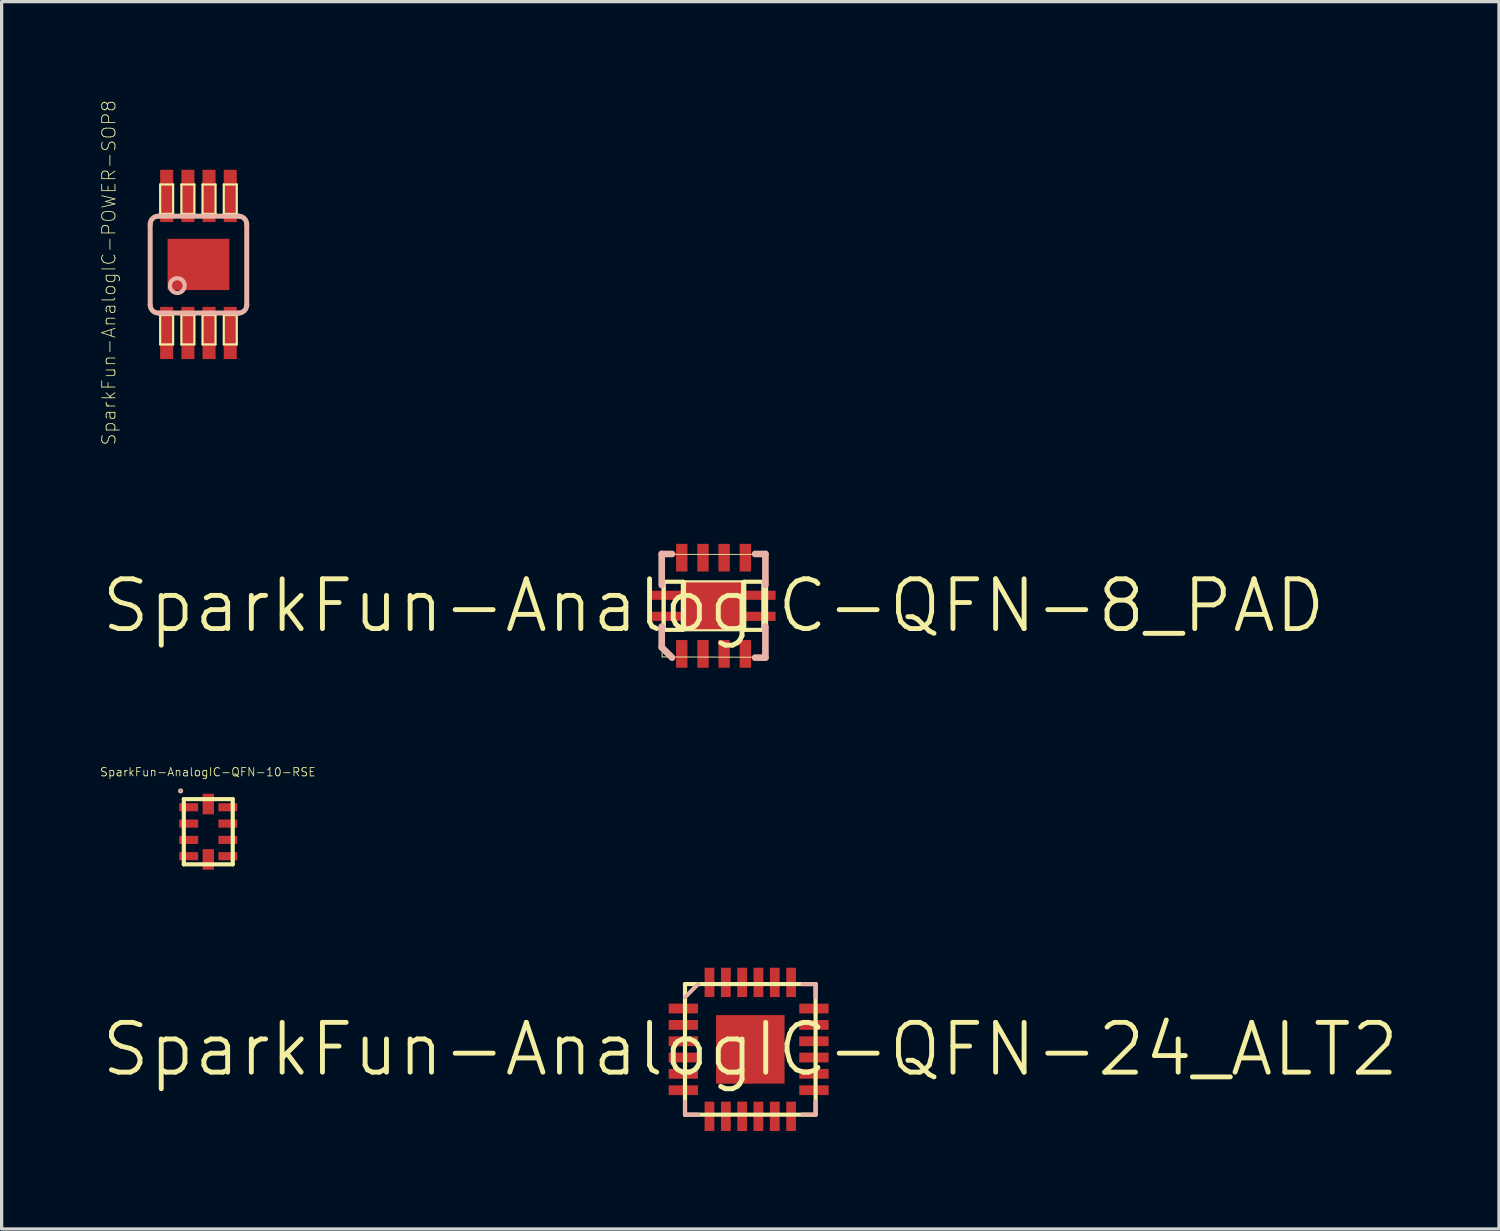
<source format=kicad_pcb>
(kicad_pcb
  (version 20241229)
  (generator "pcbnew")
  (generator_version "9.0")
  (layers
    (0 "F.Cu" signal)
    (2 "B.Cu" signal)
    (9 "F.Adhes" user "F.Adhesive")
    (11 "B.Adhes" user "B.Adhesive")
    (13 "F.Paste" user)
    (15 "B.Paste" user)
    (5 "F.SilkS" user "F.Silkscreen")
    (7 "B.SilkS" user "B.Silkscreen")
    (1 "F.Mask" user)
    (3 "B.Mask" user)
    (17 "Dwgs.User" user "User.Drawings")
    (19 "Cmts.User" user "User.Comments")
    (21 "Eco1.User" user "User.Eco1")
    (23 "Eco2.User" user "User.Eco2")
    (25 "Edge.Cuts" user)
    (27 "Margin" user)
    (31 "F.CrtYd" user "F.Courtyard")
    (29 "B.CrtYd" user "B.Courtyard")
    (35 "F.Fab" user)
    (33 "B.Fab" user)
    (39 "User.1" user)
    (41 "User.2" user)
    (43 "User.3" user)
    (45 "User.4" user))
  (footprint "SparkFun-AnalogIC-POWER-SOP8"
    (layer "F.Cu")
    (at 3.026 5.046)
    (property "Reference" "SparkFun-AnalogIC-POWER-SOP8" (at -2.743 0.254 90) (layer "F.SilkS") (effects (font (size 0.406 0.406) (thickness 0.025))))
    (attr smd)
    (fp_line (start -1.173 -2.449) (end -0.775 -2.449) (stroke (width 0.066) (type solid)) (layer "F.SilkS"))
    (fp_line (start -1.173 -1.549) (end -1.173 -2.449) (stroke (width 0.066) (type solid)) (layer "F.SilkS"))
    (fp_line (start -1.173 -1.549) (end -0.775 -1.549) (stroke (width 0.066) (type solid)) (layer "F.SilkS"))
    (fp_line (start -1.173 1.549) (end -0.775 1.549) (stroke (width 0.066) (type solid)) (layer "F.SilkS"))
    (fp_line (start -1.173 2.449) (end -1.173 1.549) (stroke (width 0.066) (type solid)) (layer "F.SilkS"))
    (fp_line (start -1.173 2.449) (end -0.775 2.449) (stroke (width 0.066) (type solid)) (layer "F.SilkS"))
    (fp_line (start -0.775 -1.549) (end -0.775 -2.449) (stroke (width 0.066) (type solid)) (layer "F.SilkS"))
    (fp_line (start -0.775 2.449) (end -0.775 1.549) (stroke (width 0.066) (type solid)) (layer "F.SilkS"))
    (fp_line (start -0.523 -2.449) (end -0.124 -2.449) (stroke (width 0.066) (type solid)) (layer "F.SilkS"))
    (fp_line (start -0.523 -1.549) (end -0.523 -2.449) (stroke (width 0.066) (type solid)) (layer "F.SilkS"))
    (fp_line (start -0.523 -1.549) (end -0.124 -1.549) (stroke (width 0.066) (type solid)) (layer "F.SilkS"))
    (fp_line (start -0.523 1.549) (end -0.124 1.549) (stroke (width 0.066) (type solid)) (layer "F.SilkS"))
    (fp_line (start -0.523 2.449) (end -0.523 1.549) (stroke (width 0.066) (type solid)) (layer "F.SilkS"))
    (fp_line (start -0.523 2.449) (end -0.124 2.449) (stroke (width 0.066) (type solid)) (layer "F.SilkS"))
    (fp_line (start -0.124 -1.549) (end -0.124 -2.449) (stroke (width 0.066) (type solid)) (layer "F.SilkS"))
    (fp_line (start -0.124 2.449) (end -0.124 1.549) (stroke (width 0.066) (type solid)) (layer "F.SilkS"))
    (fp_line (start 0.124 -2.449) (end 0.523 -2.449) (stroke (width 0.066) (type solid)) (layer "F.SilkS"))
    (fp_line (start 0.124 -1.549) (end 0.124 -2.449) (stroke (width 0.066) (type solid)) (layer "F.SilkS"))
    (fp_line (start 0.124 -1.549) (end 0.523 -1.549) (stroke (width 0.066) (type solid)) (layer "F.SilkS"))
    (fp_line (start 0.124 1.549) (end 0.523 1.549) (stroke (width 0.066) (type solid)) (layer "F.SilkS"))
    (fp_line (start 0.124 2.449) (end 0.124 1.549) (stroke (width 0.066) (type solid)) (layer "F.SilkS"))
    (fp_line (start 0.124 2.449) (end 0.523 2.449) (stroke (width 0.066) (type solid)) (layer "F.SilkS"))
    (fp_line (start 0.523 -1.549) (end 0.523 -2.449) (stroke (width 0.066) (type solid)) (layer "F.SilkS"))
    (fp_line (start 0.523 2.449) (end 0.523 1.549) (stroke (width 0.066) (type solid)) (layer "F.SilkS"))
    (fp_line (start 0.775 -2.449) (end 1.173 -2.449) (stroke (width 0.066) (type solid)) (layer "F.SilkS"))
    (fp_line (start 0.775 -1.549) (end 0.775 -2.449) (stroke (width 0.066) (type solid)) (layer "F.SilkS"))
    (fp_line (start 0.775 -1.549) (end 1.173 -1.549) (stroke (width 0.066) (type solid)) (layer "F.SilkS"))
    (fp_line (start 0.775 1.549) (end 1.173 1.549) (stroke (width 0.066) (type solid)) (layer "F.SilkS"))
    (fp_line (start 0.775 2.449) (end 0.775 1.549) (stroke (width 0.066) (type solid)) (layer "F.SilkS"))
    (fp_line (start 0.775 2.449) (end 1.173 2.449) (stroke (width 0.066) (type solid)) (layer "F.SilkS"))
    (fp_line (start 1.173 -1.549) (end 1.173 -2.449) (stroke (width 0.066) (type solid)) (layer "F.SilkS"))
    (fp_line (start 1.173 2.449) (end 1.173 1.549) (stroke (width 0.066) (type solid)) (layer "F.SilkS"))
    (fp_line (start -1.478 -1.229) (end -1.478 1.229) (stroke (width 0.152) (type solid)) (layer "B.SilkS"))
    (fp_line (start -1.219 -1.478) (end 1.24 -1.478) (stroke (width 0.152) (type solid)) (layer "B.SilkS"))
    (fp_line (start 1.24 1.488) (end -1.219 1.488) (stroke (width 0.152) (type solid)) (layer "B.SilkS"))
    (fp_line (start 1.478 1.24) (end 1.478 -1.229) (stroke (width 0.152) (type solid)) (layer "B.SilkS"))
    (fp_arc (start -1.47828 -1.22936) (mid -1.405373 -1.405373) (end -1.22936 -1.47828) (stroke (width 0.1524) (type solid)) (layer "B.SilkS"))
    (fp_arc (start -1.22936 1.48844) (mid -1.405373 1.415533) (end -1.47828 1.23952) (stroke (width 0.1524) (type solid)) (layer "B.SilkS"))
    (fp_arc (start 1.22936 -1.47828) (mid 1.405373 -1.405373) (end 1.47828 -1.22936) (stroke (width 0.1524) (type solid)) (layer "B.SilkS"))
    (fp_arc (start 1.47828 1.23952) (mid 1.405373 1.415533) (end 1.22936 1.48844) (stroke (width 0.1524) (type solid)) (layer "B.SilkS"))
    (fp_circle (center -0.648 0.648) (end -0.808 0.808) (stroke (width 0.127) (type solid)) (fill no) (layer "B.SilkS"))
    (pad "1" smd rect (at -0.973 2.098) (size 0.399 1.598) (layers "F.Cu" "F.Mask" "F.Paste"))
    (pad "2" smd rect (at -0.323 2.098) (size 0.399 1.598) (layers "F.Cu" "F.Mask" "F.Paste"))
    (pad "3" smd rect (at 0.323 2.098) (size 0.399 1.598) (layers "F.Cu" "F.Mask" "F.Paste"))
    (pad "4" smd rect (at 0.973 2.098) (size 0.399 1.598) (layers "F.Cu" "F.Mask" "F.Paste"))
    (pad "5" smd rect (at 0.973 -2.098) (size 0.399 1.598) (layers "F.Cu" "F.Mask" "F.Paste"))
    (pad "6" smd rect (at 0.323 -2.098) (size 0.399 1.598) (layers "F.Cu" "F.Mask" "F.Paste"))
    (pad "7" smd rect (at -0.323 -2.098) (size 0.399 1.598) (layers "F.Cu" "F.Mask" "F.Paste"))
    (pad "8" smd rect (at -0.973 -2.098) (size 0.399 1.598) (layers "F.Cu" "F.Mask" "F.Paste"))
    (pad "9" smd rect (at 0 0) (size 1.89 1.57) (layers "F.Cu" "F.Mask" "F.Paste")))
  (footprint "SparkFun-AnalogIC-QFN-8_PAD"
    (layer "F.Cu")
    (at 18.796 15.497)
    (property "Reference" "SparkFun-AnalogIC-QFN-8_PAD" (at 0 0 0) (layer "F.SilkS") (effects (font (size 1.524 1.524) (thickness 0.15))))
    (attr smd)
    (fp_line (start -1.575 -1.575) (end 1.575 -1.575) (stroke (width 0.028) (type solid)) (layer "F.SilkS"))
    (fp_line (start -1.575 1.565) (end -1.575 -1.575) (stroke (width 0.028) (type solid)) (layer "F.SilkS"))
    (fp_line (start -1.524 -0.737) (end -0.94 -0.737) (stroke (width 0.127) (type solid)) (layer "F.SilkS"))
    (fp_line (start -1.524 0.737) (end -1.524 -0.737) (stroke (width 0.127) (type solid)) (layer "F.SilkS"))
    (fp_line (start -0.94 -0.737) (end -0.94 0.737) (stroke (width 0.127) (type solid)) (layer "F.SilkS"))
    (fp_line (start -0.94 0.737) (end -1.524 0.737) (stroke (width 0.127) (type solid)) (layer "F.SilkS"))
    (fp_line (start -0.874 -0.749) (end 0.874 -0.749) (stroke (width 0.066) (type solid)) (layer "F.SilkS"))
    (fp_line (start -0.874 0.749) (end -0.874 -0.749) (stroke (width 0.066) (type solid)) (layer "F.SilkS"))
    (fp_line (start -0.874 0.749) (end 0.874 0.749) (stroke (width 0.066) (type solid)) (layer "F.SilkS"))
    (fp_line (start 0.874 0.749) (end 0.874 -0.749) (stroke (width 0.066) (type solid)) (layer "F.SilkS"))
    (fp_line (start 0.94 -0.737) (end 1.524 -0.737) (stroke (width 0.127) (type solid)) (layer "F.SilkS"))
    (fp_line (start 0.94 0.737) (end 0.94 -0.737) (stroke (width 0.127) (type solid)) (layer "F.SilkS"))
    (fp_line (start 1.524 -0.737) (end 1.524 0.737) (stroke (width 0.127) (type solid)) (layer "F.SilkS"))
    (fp_line (start 1.524 0.737) (end 0.94 0.737) (stroke (width 0.127) (type solid)) (layer "F.SilkS"))
    (fp_line (start 1.575 -1.575) (end 1.575 1.575) (stroke (width 0.028) (type solid)) (layer "F.SilkS"))
    (fp_line (start 1.575 1.575) (end -1.575 1.565) (stroke (width 0.028) (type solid)) (layer "F.SilkS"))
    (fp_line (start -1.587 -1.587) (end -1.587 -0.635) (stroke (width 0.203) (type solid)) (layer "B.SilkS"))
    (fp_line (start -1.587 1.27) (end -1.587 0.635) (stroke (width 0.203) (type solid)) (layer "B.SilkS"))
    (fp_line (start -1.27 -1.587) (end -1.587 -1.587) (stroke (width 0.203) (type solid)) (layer "B.SilkS"))
    (fp_line (start -1.27 1.587) (end -1.587 1.27) (stroke (width 0.203) (type solid)) (layer "B.SilkS"))
    (fp_line (start 1.27 -1.587) (end 1.587 -1.587) (stroke (width 0.203) (type solid)) (layer "B.SilkS"))
    (fp_line (start 1.587 -1.587) (end 1.587 -0.635) (stroke (width 0.203) (type solid)) (layer "B.SilkS"))
    (fp_line (start 1.587 0.635) (end 1.587 1.587) (stroke (width 0.203) (type solid)) (layer "B.SilkS"))
    (fp_line (start 1.587 1.587) (end 1.27 1.587) (stroke (width 0.203) (type solid)) (layer "B.SilkS"))
    (pad "1" smd rect (at -0.973 1.473 90) (size 0.848 0.348) (layers "F.Cu" "F.Mask" "F.Paste"))
    (pad "2" smd rect (at -0.323 1.473 90) (size 0.848 0.348) (layers "F.Cu" "F.Mask" "F.Paste"))
    (pad "3" smd rect (at 0.323 1.473 90) (size 0.848 0.348) (layers "F.Cu" "F.Mask" "F.Paste"))
    (pad "4" smd rect (at 0.973 1.473 90) (size 0.848 0.348) (layers "F.Cu" "F.Mask" "F.Paste"))
    (pad "5" smd rect (at 0.973 -1.473 90) (size 0.848 0.348) (layers "F.Cu" "F.Mask" "F.Paste"))
    (pad "6" smd rect (at 0.323 -1.473 90) (size 0.848 0.348) (layers "F.Cu" "F.Mask" "F.Paste"))
    (pad "7" smd rect (at -0.323 -1.473 90) (size 0.848 0.348) (layers "F.Cu" "F.Mask" "F.Paste"))
    (pad "8" smd rect (at -0.973 -1.473 270) (size 0.848 0.348) (layers "F.Cu" "F.Mask" "F.Paste"))
    (pad "9" smd rect (at 0 0 90) (size 1.499 1.748) (layers "F.Cu" "F.Mask" "F.Paste"))
    (pad "10" smd rect (at -1.387 0.323 180) (size 1.024 0.279) (layers "F.Cu" "F.Mask" "F.Paste"))
    (pad "11" smd rect (at 1.387 0.323 180) (size 1.024 0.279) (layers "F.Cu" "F.Mask" "F.Paste"))
    (pad "12" smd rect (at 1.387 -0.323 180) (size 1.024 0.279) (layers "F.Cu" "F.Mask" "F.Paste"))
    (pad "13" smd rect (at -1.387 -0.323 180) (size 1.024 0.279) (layers "F.Cu" "F.Mask" "F.Paste")))
  (footprint "SparkFun-AnalogIC-QFN-10-RSE"
    (layer "F.Cu")
    (at 3.327 22.414)
    (property "Reference" "SparkFun-AnalogIC-QFN-10-RSE" (at -0.013 -1.826 0) (layer "F.SilkS") (effects (font (size 0.254 0.254) (thickness 0.025))))
    (attr smd)
    (fp_line (start -0.749 -0.998) (end 0.749 -0.998) (stroke (width 0.127) (type solid)) (layer "F.SilkS"))
    (fp_line (start -0.749 0.998) (end -0.749 -0.998) (stroke (width 0.127) (type solid)) (layer "F.SilkS"))
    (fp_line (start 0.749 -0.998) (end 0.749 0.998) (stroke (width 0.127) (type solid)) (layer "F.SilkS"))
    (fp_line (start 0.749 0.998) (end -0.749 0.998) (stroke (width 0.127) (type solid)) (layer "F.SilkS"))
    (fp_circle (center -0.848 -1.25) (end -0.881 -1.283) (stroke (width 0.064) (type solid)) (fill no) (layer "B.SilkS"))
    (pad "1" smd rect (at -0.599 -0.749) (size 0.579 0.249) (layers "F.Cu" "F.Mask" "F.Paste"))
    (pad "2" smd rect (at -0.599 -0.249) (size 0.579 0.249) (layers "F.Cu" "F.Mask" "F.Paste"))
    (pad "3" smd rect (at -0.599 0.249) (size 0.579 0.249) (layers "F.Cu" "F.Mask" "F.Paste"))
    (pad "4" smd rect (at -0.599 0.749) (size 0.579 0.249) (layers "F.Cu" "F.Mask" "F.Paste"))
    (pad "5" smd rect (at 0 0.848 90) (size 0.63 0.348) (layers "F.Cu" "F.Mask" "F.Paste"))
    (pad "6" smd rect (at 0.599 0.749) (size 0.579 0.249) (layers "F.Cu" "F.Mask" "F.Paste"))
    (pad "7" smd rect (at 0.599 0.249) (size 0.579 0.249) (layers "F.Cu" "F.Mask" "F.Paste"))
    (pad "8" smd rect (at 0.599 -0.249) (size 0.579 0.249) (layers "F.Cu" "F.Mask" "F.Paste"))
    (pad "9" smd rect (at 0.599 -0.749) (size 0.579 0.249) (layers "F.Cu" "F.Mask" "F.Paste"))
    (pad "10" smd rect (at 0 -0.848 90) (size 0.63 0.348) (layers "F.Cu" "F.Mask" "F.Paste")))
  (footprint "SparkFun-AnalogIC-QFN-24_ALT2"
    (layer "F.Cu")
    (at 19.921 29.077)
    (property "Reference" "SparkFun-AnalogIC-QFN-24_ALT2" (at 0 0 0) (layer "F.SilkS") (effects (font (size 1.524 1.524) (thickness 0.15))))
    (attr smd)
    (fp_line (start -1.999 -1.999) (end 1.999 -1.999) (stroke (width 0.127) (type solid)) (layer "F.SilkS"))
    (fp_line (start -1.999 1.999) (end -1.999 -1.999) (stroke (width 0.127) (type solid)) (layer "F.SilkS"))
    (fp_line (start 1.999 -1.999) (end 1.999 1.999) (stroke (width 0.127) (type solid)) (layer "F.SilkS"))
    (fp_line (start 1.999 1.999) (end -1.999 1.999) (stroke (width 0.127) (type solid)) (layer "F.SilkS"))
    (fp_line (start -1.999 -1.598) (end -1.598 -1.999) (stroke (width 0.127) (type solid)) (layer "B.SilkS"))
    (fp_line (start -1.999 1.999) (end -1.999 1.598) (stroke (width 0.127) (type solid)) (layer "B.SilkS"))
    (fp_line (start -1.999 1.999) (end -1.598 1.999) (stroke (width 0.127) (type solid)) (layer "B.SilkS"))
    (fp_line (start 1.999 -1.999) (end 1.598 -1.999) (stroke (width 0.127) (type solid)) (layer "B.SilkS"))
    (fp_line (start 1.999 -1.999) (end 1.999 -1.598) (stroke (width 0.127) (type solid)) (layer "B.SilkS"))
    (fp_line (start 1.999 1.999) (end 1.598 1.999) (stroke (width 0.127) (type solid)) (layer "B.SilkS"))
    (fp_line (start 1.999 1.999) (end 1.999 1.598) (stroke (width 0.127) (type solid)) (layer "B.SilkS"))
    (pad "1" smd rect (at -2.05 -1.25 90) (size 0.3 0.899) (layers "F.Cu" "F.Mask" "F.Paste"))
    (pad "2" smd rect (at -2.05 -0.749 90) (size 0.3 0.899) (layers "F.Cu" "F.Mask" "F.Paste"))
    (pad "3" smd rect (at -2.05 -0.249 90) (size 0.3 0.899) (layers "F.Cu" "F.Mask" "F.Paste"))
    (pad "4" smd rect (at -2.05 0.249 90) (size 0.3 0.899) (layers "F.Cu" "F.Mask" "F.Paste"))
    (pad "5" smd rect (at -2.05 0.749 90) (size 0.3 0.899) (layers "F.Cu" "F.Mask" "F.Paste"))
    (pad "6" smd rect (at -2.05 1.25 90) (size 0.3 0.899) (layers "F.Cu" "F.Mask" "F.Paste"))
    (pad "7" smd rect (at -1.25 2.05) (size 0.3 0.899) (layers "F.Cu" "F.Mask" "F.Paste"))
    (pad "8" smd rect (at -0.749 2.05) (size 0.3 0.899) (layers "F.Cu" "F.Mask" "F.Paste"))
    (pad "9" smd rect (at -0.249 2.05) (size 0.3 0.899) (layers "F.Cu" "F.Mask" "F.Paste"))
    (pad "10" smd rect (at 0.249 2.05) (size 0.3 0.899) (layers "F.Cu" "F.Mask" "F.Paste"))
    (pad "11" smd rect (at 0.749 2.05) (size 0.3 0.899) (layers "F.Cu" "F.Mask" "F.Paste"))
    (pad "12" smd rect (at 1.25 2.05) (size 0.3 0.899) (layers "F.Cu" "F.Mask" "F.Paste"))
    (pad "13" smd rect (at 1.948 1.25 90) (size 0.3 0.899) (layers "F.Cu" "F.Mask" "F.Paste"))
    (pad "14" smd rect (at 1.948 0.749 90) (size 0.3 0.899) (layers "F.Cu" "F.Mask" "F.Paste"))
    (pad "15" smd rect (at 1.948 0.249 90) (size 0.3 0.899) (layers "F.Cu" "F.Mask" "F.Paste"))
    (pad "16" smd rect (at 1.948 -0.249 90) (size 0.3 0.899) (layers "F.Cu" "F.Mask" "F.Paste"))
    (pad "17" smd rect (at 1.948 -0.749 90) (size 0.3 0.899) (layers "F.Cu" "F.Mask" "F.Paste"))
    (pad "18" smd rect (at 1.948 -1.25 90) (size 0.3 0.899) (layers "F.Cu" "F.Mask" "F.Paste"))
    (pad "19" smd rect (at 1.25 -2.05) (size 0.3 0.899) (layers "F.Cu" "F.Mask" "F.Paste"))
    (pad "20" smd rect (at 0.749 -2.05) (size 0.3 0.899) (layers "F.Cu" "F.Mask" "F.Paste"))
    (pad "21" smd rect (at 0.249 -2.05) (size 0.3 0.899) (layers "F.Cu" "F.Mask" "F.Paste"))
    (pad "22" smd rect (at -0.249 -2.05) (size 0.3 0.899) (layers "F.Cu" "F.Mask" "F.Paste"))
    (pad "23" smd rect (at -0.749 -2.05) (size 0.3 0.899) (layers "F.Cu" "F.Mask" "F.Paste"))
    (pad "24" smd rect (at -1.25 -2.05) (size 0.3 0.899) (layers "F.Cu" "F.Mask" "F.Paste"))
    (pad "EP" smd rect (at 0 0) (size 2.098 2.098) (layers "F.Cu" "F.Mask" "F.Paste")))
  (gr_rect
    (start -3 -3)
    (end 42.842 34.576)
    (stroke (width 0.1) (type default))
    (fill no)
    (layer "Edge.Cuts")))
</source>
